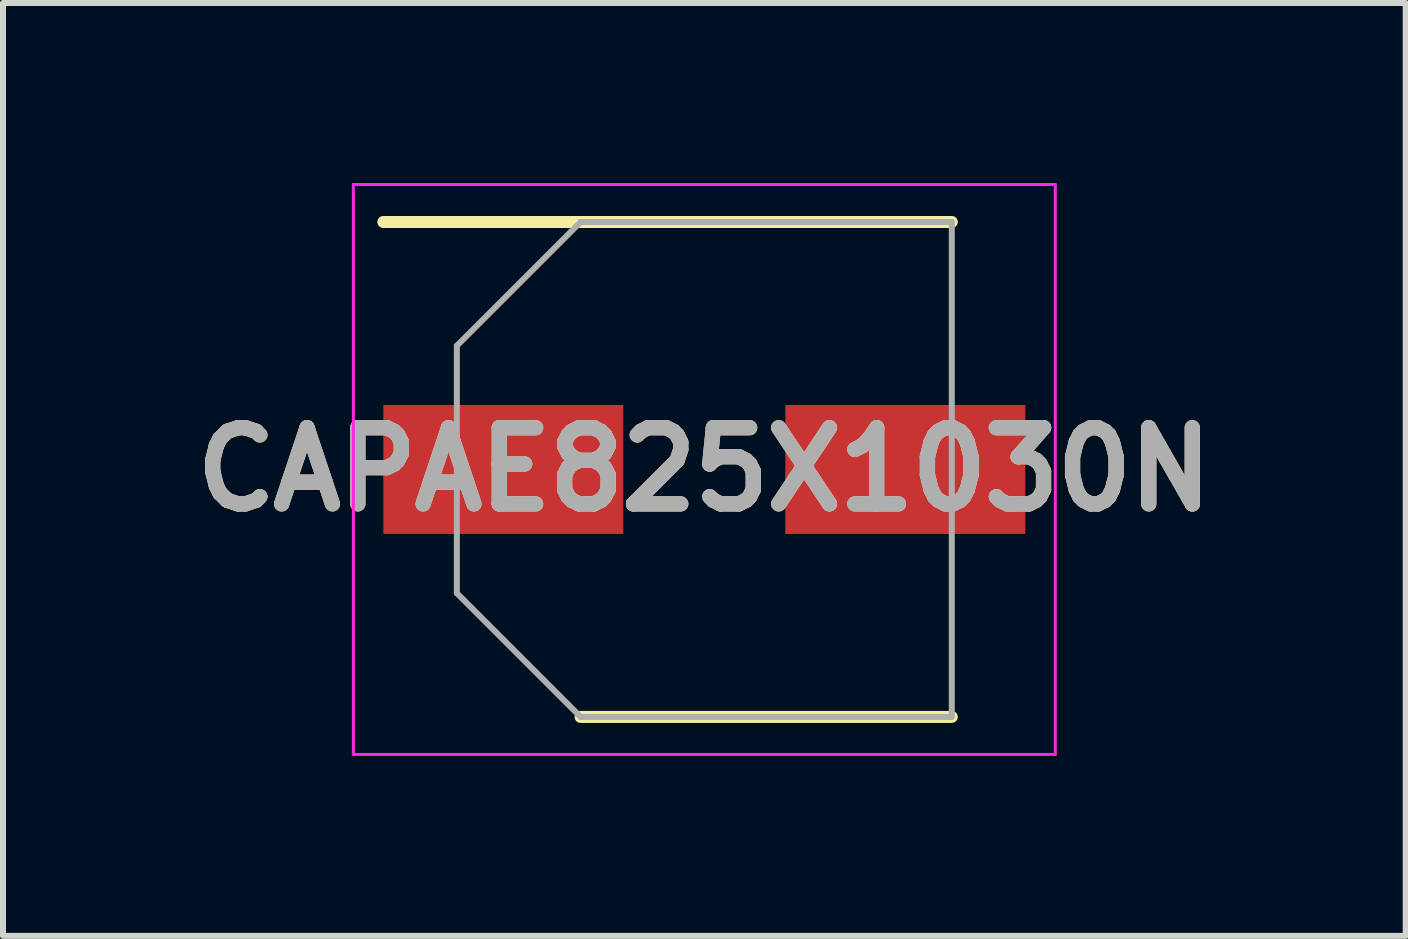
<source format=kicad_pcb>
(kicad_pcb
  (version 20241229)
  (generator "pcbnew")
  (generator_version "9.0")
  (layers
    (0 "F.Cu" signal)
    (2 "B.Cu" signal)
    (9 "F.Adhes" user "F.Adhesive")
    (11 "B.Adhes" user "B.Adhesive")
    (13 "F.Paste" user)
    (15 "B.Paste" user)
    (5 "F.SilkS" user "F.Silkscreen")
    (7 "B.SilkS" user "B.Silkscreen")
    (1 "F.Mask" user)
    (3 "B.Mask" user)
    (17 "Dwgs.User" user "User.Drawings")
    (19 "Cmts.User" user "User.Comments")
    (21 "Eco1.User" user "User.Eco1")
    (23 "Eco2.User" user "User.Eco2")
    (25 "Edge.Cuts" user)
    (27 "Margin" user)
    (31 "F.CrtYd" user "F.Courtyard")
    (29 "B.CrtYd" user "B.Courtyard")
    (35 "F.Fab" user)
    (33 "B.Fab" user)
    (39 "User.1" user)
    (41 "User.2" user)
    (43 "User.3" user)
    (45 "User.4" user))
  (footprint "CAPAE825X1030N"
    (layer "F.Cu")
    (at 8.69 4.775)
    (property "Reference" "CAPAE825X1030N" (at 0 0 0) (layer "F.SilkS") (effects (font (size 1.27 1.27) (thickness 0.254))))
    (attr smd)
    (fp_line (start -5.35 -4.125) (end 4.125 -4.125) (stroke (width 0.2) (type solid)) (layer "F.SilkS"))
    (fp_line (start -2.062 4.125) (end 4.125 4.125) (stroke (width 0.2) (type solid)) (layer "F.SilkS"))
    (fp_line (start -5.85 -4.75) (end 5.85 -4.75) (stroke (width 0.05) (type solid)) (layer "F.CrtYd"))
    (fp_line (start -5.85 4.75) (end -5.85 -4.75) (stroke (width 0.05) (type solid)) (layer "F.CrtYd"))
    (fp_line (start 5.85 -4.75) (end 5.85 4.75) (stroke (width 0.05) (type solid)) (layer "F.CrtYd"))
    (fp_line (start 5.85 4.75) (end -5.85 4.75) (stroke (width 0.05) (type solid)) (layer "F.CrtYd"))
    (fp_line (start -4.125 -2.062) (end -4.125 2.062) (stroke (width 0.1) (type solid)) (layer "F.Fab"))
    (fp_line (start -4.125 2.062) (end -2.062 4.125) (stroke (width 0.1) (type solid)) (layer "F.Fab"))
    (fp_line (start -2.062 -4.125) (end -4.125 -2.062) (stroke (width 0.1) (type solid)) (layer "F.Fab"))
    (fp_line (start -2.062 4.125) (end 4.125 4.125) (stroke (width 0.1) (type solid)) (layer "F.Fab"))
    (fp_line (start 4.125 -4.125) (end -2.062 -4.125) (stroke (width 0.1) (type solid)) (layer "F.Fab"))
    (fp_line (start 4.125 4.125) (end 4.125 -4.125) (stroke (width 0.1) (type solid)) (layer "F.Fab"))
    (fp_text user "${REFERENCE}" (at 0 0 0) (layer "F.Fab") (effects (font (size 1.27 1.27) (thickness 0.254))))
    (pad "1" smd rect (at -3.35 0 90) (size 2.15 4) (layers "F.Cu" "F.Mask" "F.Paste"))
    (pad "2" smd rect (at 3.35 0 90) (size 2.15 4) (layers "F.Cu" "F.Mask" "F.Paste")))
  (gr_rect
    (start -3 -3)
    (end 20.381 12.55)
    (stroke (width 0.1) (type default))
    (fill no)
    (layer "Edge.Cuts")))
</source>
